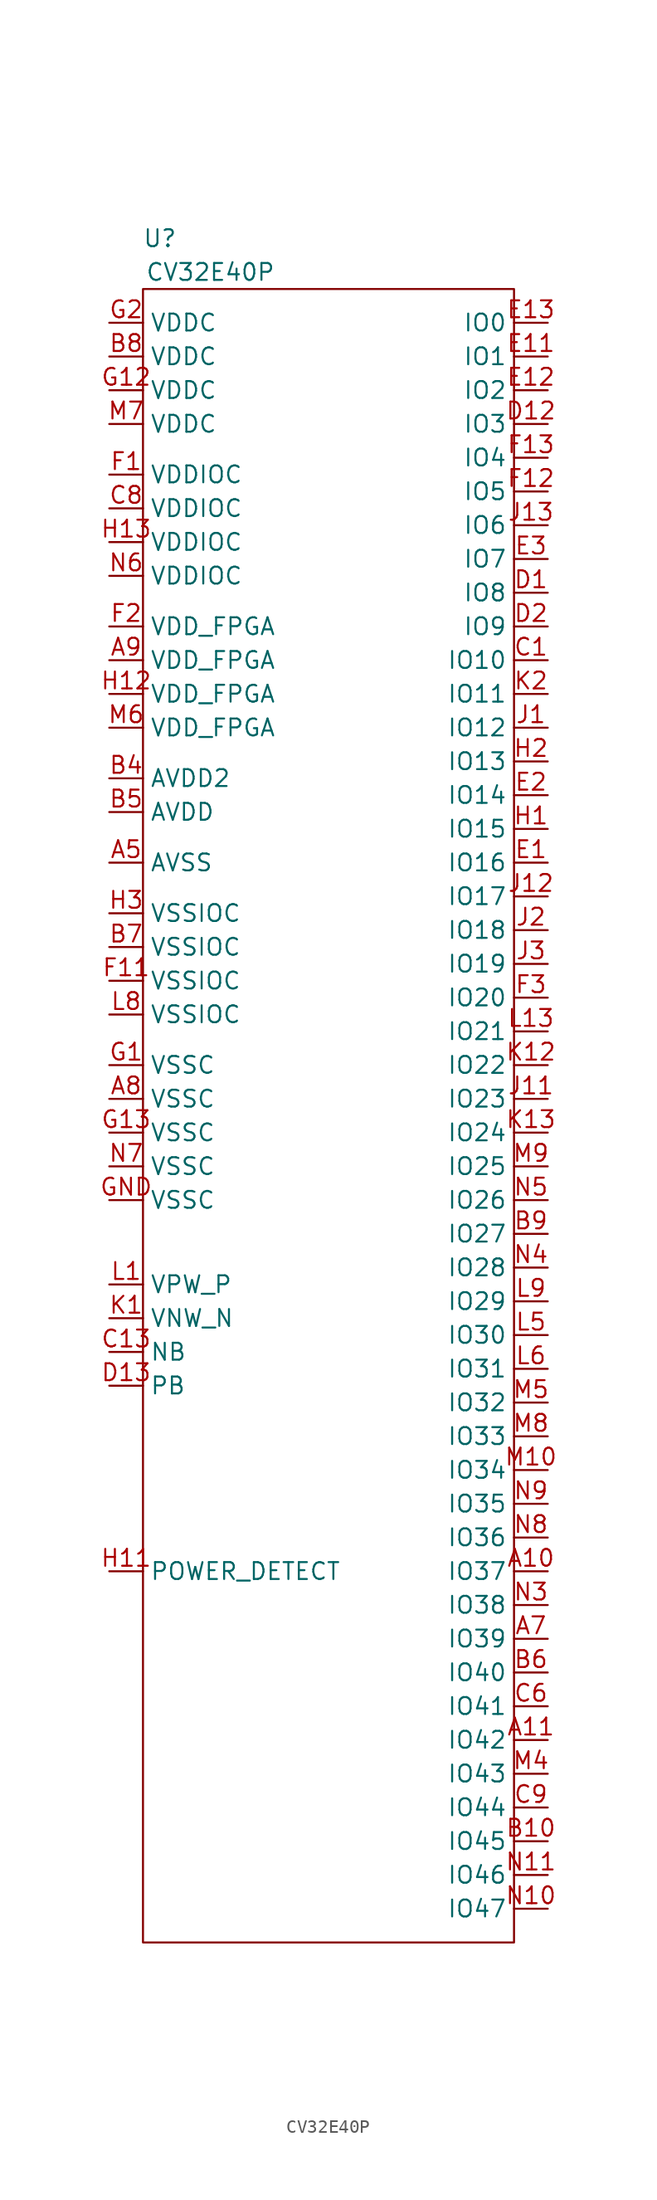
<source format=kicad_sym>
(kicad_symbol_lib
  (version 20220914)
  (generator kicad_symbol_editor)
  (symbol "CV32E40P"
    (property "Reference" "U"
      (at 1.27 6.35 0)
      (effects (font (size 1.27 1.27))))
    (property "Value" "CV32E40P"
      (at 5.08 3.81 0)
      (effects (font (size 1.27 1.27))))
    (symbol "CV32E40P_0_1"
      (rectangle (start 0 2.54) (end 27.94 -121.92) (stroke (width 0) (type default)) (fill (type none))))
    (symbol "CV32E40P_1_1"
      (pin bidirectional line (at 30.48 -93.98 180) (length 2.54) (name "IO37" (effects (font (size 1.27 1.27)))) (number "A10" (effects (font (size 1.27 1.27)))))
      (pin bidirectional line (at 30.48 -106.68 180) (length 2.54) (name "IO42" (effects (font (size 1.27 1.27)))) (number "A11" (effects (font (size 1.27 1.27)))))
      (pin power_in line (at -2.54 -40.64 0) (length 2.54) (name "AVSS" (effects (font (size 1.27 1.27)))) (number "A5" (effects (font (size 1.27 1.27)))))
      (pin bidirectional line (at 30.48 -99.06 180) (length 2.54) (name "IO39" (effects (font (size 1.27 1.27)))) (number "A7" (effects (font (size 1.27 1.27)))))
      (pin power_in line (at -2.54 -58.42 0) (length 2.54) (name "VSSC" (effects (font (size 1.27 1.27)))) (number "A8" (effects (font (size 1.27 1.27)))))
      (pin power_in line (at -2.54 -25.4 0) (length 2.54) (name "VDD_FPGA" (effects (font (size 1.27 1.27)))) (number "A9" (effects (font (size 1.27 1.27)))))
      (pin bidirectional line (at 30.48 -114.3 180) (length 2.54) (name "IO45" (effects (font (size 1.27 1.27)))) (number "B10" (effects (font (size 1.27 1.27)))))
      (pin power_in line (at -2.54 -34.29 0) (length 2.54) (name "AVDD2" (effects (font (size 1.27 1.27)))) (number "B4" (effects (font (size 1.27 1.27)))))
      (pin power_in line (at -2.54 -36.83 0) (length 2.54) (name "AVDD" (effects (font (size 1.27 1.27)))) (number "B5" (effects (font (size 1.27 1.27)))))
      (pin bidirectional line (at 30.48 -101.6 180) (length 2.54) (name "IO40" (effects (font (size 1.27 1.27)))) (number "B6" (effects (font (size 1.27 1.27)))))
      (pin power_in line (at -2.54 -46.99 0) (length 2.54) (name "VSSIOC" (effects (font (size 1.27 1.27)))) (number "B7" (effects (font (size 1.27 1.27)))))
      (pin power_in line (at -2.54 -2.54 0) (length 2.54) (name "VDDC" (effects (font (size 1.27 1.27)))) (number "B8" (effects (font (size 1.27 1.27)))))
      (pin bidirectional line (at 30.48 -68.58 180) (length 2.54) (name "IO27" (effects (font (size 1.27 1.27)))) (number "B9" (effects (font (size 1.27 1.27)))))
      (pin bidirectional line (at 30.48 -25.4 180) (length 2.54) (name "IO10" (effects (font (size 1.27 1.27)))) (number "C1" (effects (font (size 1.27 1.27)))))
      (pin input line (at -2.54 -77.47 0) (length 2.54) (name "NB" (effects (font (size 1.27 1.27)))) (number "C13" (effects (font (size 1.27 1.27)))))
      (pin bidirectional line (at 30.48 -104.14 180) (length 2.54) (name "IO41" (effects (font (size 1.27 1.27)))) (number "C6" (effects (font (size 1.27 1.27)))))
      (pin power_in line (at -2.54 -13.97 0) (length 2.54) (name "VDDIOC" (effects (font (size 1.27 1.27)))) (number "C8" (effects (font (size 1.27 1.27)))))
      (pin bidirectional line (at 30.48 -111.76 180) (length 2.54) (name "IO44" (effects (font (size 1.27 1.27)))) (number "C9" (effects (font (size 1.27 1.27)))))
      (pin bidirectional line (at 30.48 -20.32 180) (length 2.54) (name "IO8" (effects (font (size 1.27 1.27)))) (number "D1" (effects (font (size 1.27 1.27)))))
      (pin bidirectional line (at 30.48 -7.62 180) (length 2.54) (name "IO3" (effects (font (size 1.27 1.27)))) (number "D12" (effects (font (size 1.27 1.27)))))
      (pin input line (at -2.54 -80.01 0) (length 2.54) (name "PB" (effects (font (size 1.27 1.27)))) (number "D13" (effects (font (size 1.27 1.27)))))
      (pin bidirectional line (at 30.48 -22.86 180) (length 2.54) (name "IO9" (effects (font (size 1.27 1.27)))) (number "D2" (effects (font (size 1.27 1.27)))))
      (pin bidirectional line (at 30.48 -40.64 180) (length 2.54) (name "IO16" (effects (font (size 1.27 1.27)))) (number "E1" (effects (font (size 1.27 1.27)))))
      (pin bidirectional line (at 30.48 -2.54 180) (length 2.54) (name "IO1" (effects (font (size 1.27 1.27)))) (number "E11" (effects (font (size 1.27 1.27)))))
      (pin bidirectional line (at 30.48 -5.08 180) (length 2.54) (name "IO2" (effects (font (size 1.27 1.27)))) (number "E12" (effects (font (size 1.27 1.27)))))
      (pin bidirectional line (at 30.48 0 180) (length 2.54) (name "IO0" (effects (font (size 1.27 1.27)))) (number "E13" (effects (font (size 1.27 1.27)))))
      (pin bidirectional line (at 30.48 -35.56 180) (length 2.54) (name "IO14" (effects (font (size 1.27 1.27)))) (number "E2" (effects (font (size 1.27 1.27)))))
      (pin bidirectional line (at 30.48 -17.78 180) (length 2.54) (name "IO7" (effects (font (size 1.27 1.27)))) (number "E3" (effects (font (size 1.27 1.27)))))
      (pin power_in line (at -2.54 -11.43 0) (length 2.54) (name "VDDIOC" (effects (font (size 1.27 1.27)))) (number "F1" (effects (font (size 1.27 1.27)))))
      (pin power_in line (at -2.54 -49.53 0) (length 2.54) (name "VSSIOC" (effects (font (size 1.27 1.27)))) (number "F11" (effects (font (size 1.27 1.27)))))
      (pin bidirectional line (at 30.48 -12.7 180) (length 2.54) (name "IO5" (effects (font (size 1.27 1.27)))) (number "F12" (effects (font (size 1.27 1.27)))))
      (pin bidirectional line (at 30.48 -10.16 180) (length 2.54) (name "IO4" (effects (font (size 1.27 1.27)))) (number "F13" (effects (font (size 1.27 1.27)))))
      (pin power_in line (at -2.54 -22.86 0) (length 2.54) (name "VDD_FPGA" (effects (font (size 1.27 1.27)))) (number "F2" (effects (font (size 1.27 1.27)))))
      (pin bidirectional line (at 30.48 -50.8 180) (length 2.54) (name "IO20" (effects (font (size 1.27 1.27)))) (number "F3" (effects (font (size 1.27 1.27)))))
      (pin power_in line (at -2.54 -55.88 0) (length 2.54) (name "VSSC" (effects (font (size 1.27 1.27)))) (number "G1" (effects (font (size 1.27 1.27)))))
      (pin power_in line (at -2.54 -5.08 0) (length 2.54) (name "VDDC" (effects (font (size 1.27 1.27)))) (number "G12" (effects (font (size 1.27 1.27)))))
      (pin power_in line (at -2.54 -60.96 0) (length 2.54) (name "VSSC" (effects (font (size 1.27 1.27)))) (number "G13" (effects (font (size 1.27 1.27)))))
      (pin power_in line (at -2.54 0 0) (length 2.54) (name "VDDC" (effects (font (size 1.27 1.27)))) (number "G2" (effects (font (size 1.27 1.27)))))
      (pin power_in line (at -2.54 -66.04 0) (length 2.54) (name "VSSC" (effects (font (size 1.27 1.27)))) (number "GND" (effects (font (size 1.27 1.27)))))
      (pin bidirectional line (at 30.48 -38.1 180) (length 2.54) (name "IO15" (effects (font (size 1.27 1.27)))) (number "H1" (effects (font (size 1.27 1.27)))))
      (pin output line (at -2.54 -93.98 0) (length 2.54) (name "POWER_DETECT" (effects (font (size 1.27 1.27)))) (number "H11" (effects (font (size 1.27 1.27)))))
      (pin power_in line (at -2.54 -27.94 0) (length 2.54) (name "VDD_FPGA" (effects (font (size 1.27 1.27)))) (number "H12" (effects (font (size 1.27 1.27)))))
      (pin power_in line (at -2.54 -16.51 0) (length 2.54) (name "VDDIOC" (effects (font (size 1.27 1.27)))) (number "H13" (effects (font (size 1.27 1.27)))))
      (pin bidirectional line (at 30.48 -33.02 180) (length 2.54) (name "IO13" (effects (font (size 1.27 1.27)))) (number "H2" (effects (font (size 1.27 1.27)))))
      (pin power_in line (at -2.54 -44.45 0) (length 2.54) (name "VSSIOC" (effects (font (size 1.27 1.27)))) (number "H3" (effects (font (size 1.27 1.27)))))
      (pin bidirectional line (at 30.48 -30.48 180) (length 2.54) (name "IO12" (effects (font (size 1.27 1.27)))) (number "J1" (effects (font (size 1.27 1.27)))))
      (pin bidirectional line (at 30.48 -58.42 180) (length 2.54) (name "IO23" (effects (font (size 1.27 1.27)))) (number "J11" (effects (font (size 1.27 1.27)))))
      (pin bidirectional line (at 30.48 -43.18 180) (length 2.54) (name "IO17" (effects (font (size 1.27 1.27)))) (number "J12" (effects (font (size 1.27 1.27)))))
      (pin bidirectional line (at 30.48 -15.24 180) (length 2.54) (name "IO6" (effects (font (size 1.27 1.27)))) (number "J13" (effects (font (size 1.27 1.27)))))
      (pin bidirectional line (at 30.48 -45.72 180) (length 2.54) (name "IO18" (effects (font (size 1.27 1.27)))) (number "J2" (effects (font (size 1.27 1.27)))))
      (pin bidirectional line (at 30.48 -48.26 180) (length 2.54) (name "IO19" (effects (font (size 1.27 1.27)))) (number "J3" (effects (font (size 1.27 1.27)))))
      (pin input line (at -2.54 -74.93 0) (length 2.54) (name "VNW_N" (effects (font (size 1.27 1.27)))) (number "K1" (effects (font (size 1.27 1.27)))))
      (pin bidirectional line (at 30.48 -55.88 180) (length 2.54) (name "IO22" (effects (font (size 1.27 1.27)))) (number "K12" (effects (font (size 1.27 1.27)))))
      (pin bidirectional line (at 30.48 -60.96 180) (length 2.54) (name "IO24" (effects (font (size 1.27 1.27)))) (number "K13" (effects (font (size 1.27 1.27)))))
      (pin bidirectional line (at 30.48 -27.94 180) (length 2.54) (name "IO11" (effects (font (size 1.27 1.27)))) (number "K2" (effects (font (size 1.27 1.27)))))
      (pin input line (at -2.54 -72.39 0) (length 2.54) (name "VPW_P" (effects (font (size 1.27 1.27)))) (number "L1" (effects (font (size 1.27 1.27)))))
      (pin bidirectional line (at 30.48 -53.34 180) (length 2.54) (name "IO21" (effects (font (size 1.27 1.27)))) (number "L13" (effects (font (size 1.27 1.27)))))
      (pin bidirectional line (at 30.48 -76.2 180) (length 2.54) (name "IO30" (effects (font (size 1.27 1.27)))) (number "L5" (effects (font (size 1.27 1.27)))))
      (pin bidirectional line (at 30.48 -78.74 180) (length 2.54) (name "IO31" (effects (font (size 1.27 1.27)))) (number "L6" (effects (font (size 1.27 1.27)))))
      (pin power_in line (at -2.54 -52.07 0) (length 2.54) (name "VSSIOC" (effects (font (size 1.27 1.27)))) (number "L8" (effects (font (size 1.27 1.27)))))
      (pin bidirectional line (at 30.48 -73.66 180) (length 2.54) (name "IO29" (effects (font (size 1.27 1.27)))) (number "L9" (effects (font (size 1.27 1.27)))))
      (pin bidirectional line (at 30.48 -86.36 180) (length 2.54) (name "IO34" (effects (font (size 1.27 1.27)))) (number "M10" (effects (font (size 1.27 1.27)))))
      (pin bidirectional line (at 30.48 -109.22 180) (length 2.54) (name "IO43" (effects (font (size 1.27 1.27)))) (number "M4" (effects (font (size 1.27 1.27)))))
      (pin bidirectional line (at 30.48 -81.28 180) (length 2.54) (name "IO32" (effects (font (size 1.27 1.27)))) (number "M5" (effects (font (size 1.27 1.27)))))
      (pin power_in line (at -2.54 -30.48 0) (length 2.54) (name "VDD_FPGA" (effects (font (size 1.27 1.27)))) (number "M6" (effects (font (size 1.27 1.27)))))
      (pin power_in line (at -2.54 -7.62 0) (length 2.54) (name "VDDC" (effects (font (size 1.27 1.27)))) (number "M7" (effects (font (size 1.27 1.27)))))
      (pin bidirectional line (at 30.48 -83.82 180) (length 2.54) (name "IO33" (effects (font (size 1.27 1.27)))) (number "M8" (effects (font (size 1.27 1.27)))))
      (pin bidirectional line (at 30.48 -63.5 180) (length 2.54) (name "IO25" (effects (font (size 1.27 1.27)))) (number "M9" (effects (font (size 1.27 1.27)))))
      (pin bidirectional line (at 30.48 -119.38 180) (length 2.54) (name "IO47" (effects (font (size 1.27 1.27)))) (number "N10" (effects (font (size 1.27 1.27)))))
      (pin bidirectional line (at 30.48 -116.84 180) (length 2.54) (name "IO46" (effects (font (size 1.27 1.27)))) (number "N11" (effects (font (size 1.27 1.27)))))
      (pin bidirectional line (at 30.48 -96.52 180) (length 2.54) (name "IO38" (effects (font (size 1.27 1.27)))) (number "N3" (effects (font (size 1.27 1.27)))))
      (pin bidirectional line (at 30.48 -71.12 180) (length 2.54) (name "IO28" (effects (font (size 1.27 1.27)))) (number "N4" (effects (font (size 1.27 1.27)))))
      (pin bidirectional line (at 30.48 -66.04 180) (length 2.54) (name "IO26" (effects (font (size 1.27 1.27)))) (number "N5" (effects (font (size 1.27 1.27)))))
      (pin power_in line (at -2.54 -19.05 0) (length 2.54) (name "VDDIOC" (effects (font (size 1.27 1.27)))) (number "N6" (effects (font (size 1.27 1.27)))))
      (pin power_in line (at -2.54 -63.5 0) (length 2.54) (name "VSSC" (effects (font (size 1.27 1.27)))) (number "N7" (effects (font (size 1.27 1.27)))))
      (pin bidirectional line (at 30.48 -91.44 180) (length 2.54) (name "IO36" (effects (font (size 1.27 1.27)))) (number "N8" (effects (font (size 1.27 1.27)))))
      (pin bidirectional line (at 30.48 -88.9 180) (length 2.54) (name "IO35" (effects (font (size 1.27 1.27)))) (number "N9" (effects (font (size 1.27 1.27))))))))
</source>
